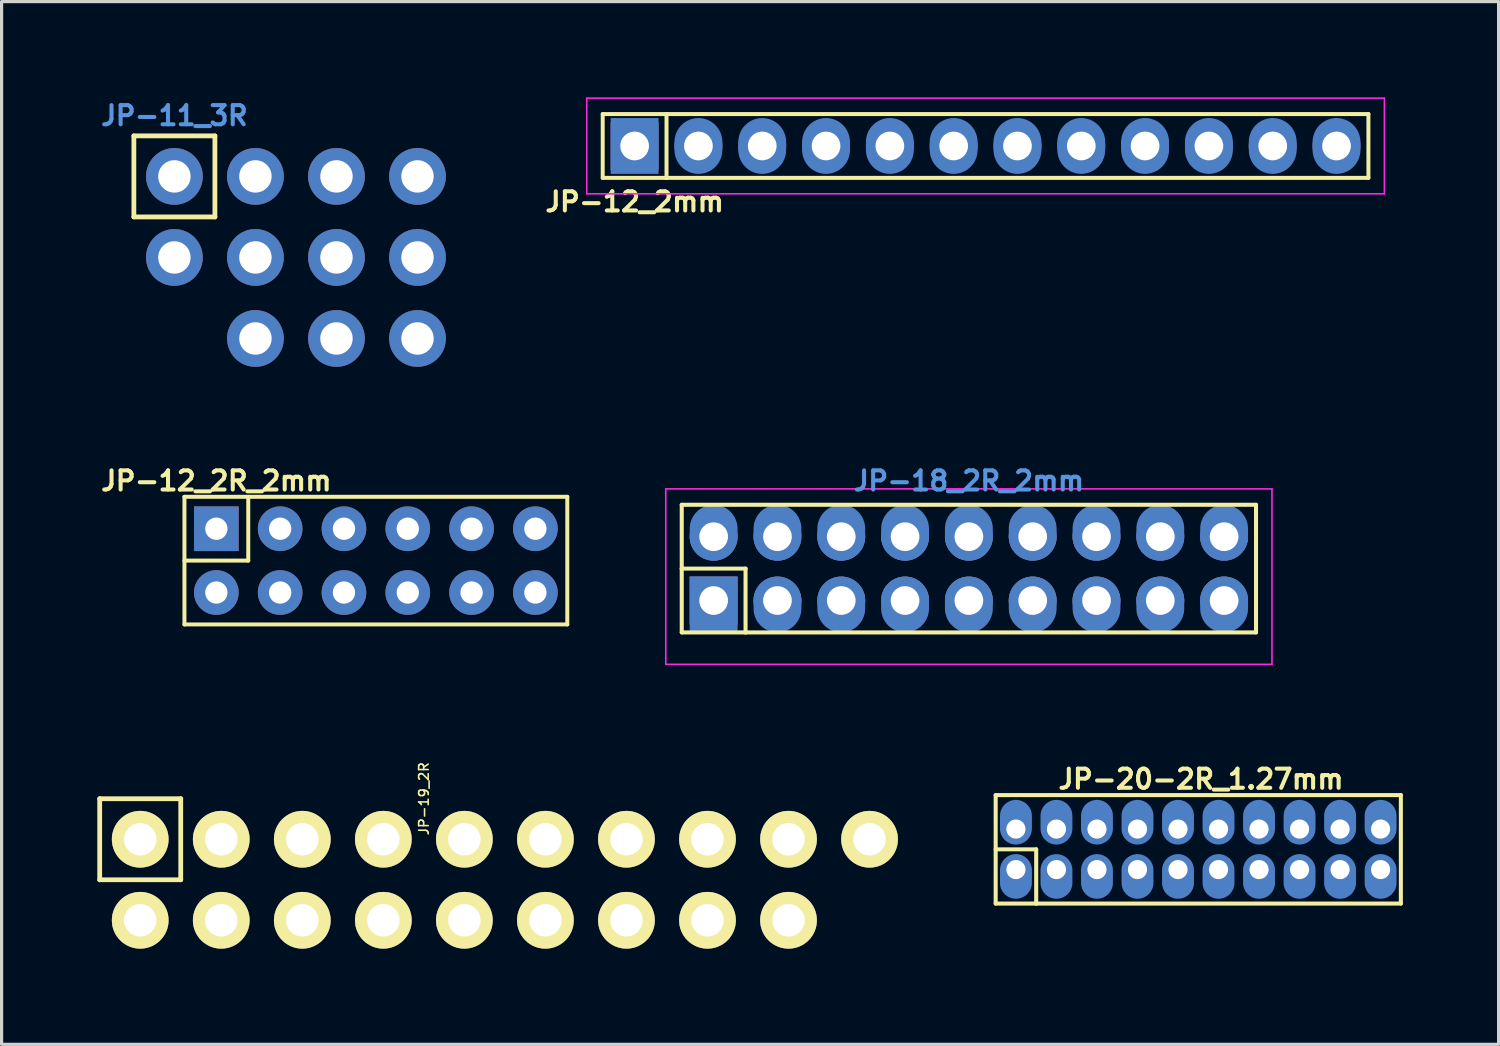
<source format=kicad_pcb>
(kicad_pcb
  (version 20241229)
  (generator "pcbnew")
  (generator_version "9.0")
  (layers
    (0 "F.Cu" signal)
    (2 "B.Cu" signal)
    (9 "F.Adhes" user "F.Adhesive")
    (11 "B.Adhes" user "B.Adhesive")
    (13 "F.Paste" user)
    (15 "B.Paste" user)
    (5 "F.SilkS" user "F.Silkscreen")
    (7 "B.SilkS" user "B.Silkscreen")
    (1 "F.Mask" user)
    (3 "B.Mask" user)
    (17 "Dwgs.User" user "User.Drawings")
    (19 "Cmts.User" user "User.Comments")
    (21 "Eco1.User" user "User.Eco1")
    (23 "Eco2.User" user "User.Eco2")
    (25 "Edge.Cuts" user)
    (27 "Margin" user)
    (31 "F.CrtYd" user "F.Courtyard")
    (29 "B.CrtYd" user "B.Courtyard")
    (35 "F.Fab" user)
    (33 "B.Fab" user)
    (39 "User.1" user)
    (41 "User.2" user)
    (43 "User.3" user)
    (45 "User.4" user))
  (footprint "JP-18_2R_2mm"
    (layer "F.Cu")
    (at 27.318 14.772)
    (property "Reference" "JP-18_2R_2mm" (at 0 -2.75 0) (layer "Cmts.User") (effects (font (size 0.6 0.6) (thickness 0.127))))
    (attr through_hole)
    (fp_line (start -9 -2) (end -9 0) (stroke (width 0.127) (type solid)) (layer "F.SilkS"))
    (fp_line (start -9 0) (end -7 0) (stroke (width 0.127) (type solid)) (layer "F.SilkS"))
    (fp_line (start -9 2) (end -9 0) (stroke (width 0.127) (type solid)) (layer "F.SilkS"))
    (fp_line (start -7 0) (end -7 2) (stroke (width 0.127) (type solid)) (layer "F.SilkS"))
    (fp_line (start -7 2) (end -9 2) (stroke (width 0.127) (type solid)) (layer "F.SilkS"))
    (fp_line (start -7 2) (end 9 2) (stroke (width 0.127) (type solid)) (layer "F.SilkS"))
    (fp_line (start 9 -2) (end -9 -2) (stroke (width 0.127) (type solid)) (layer "F.SilkS"))
    (fp_line (start 9 2) (end 9 -2) (stroke (width 0.127) (type solid)) (layer "F.SilkS"))
    (fp_line (start -9.5 3) (end -9.5 -2.5) (stroke (width 0.05) (type solid)) (layer "F.CrtYd"))
    (fp_line (start 9.5 -2.5) (end -9.5 -2.5) (stroke (width 0.05) (type solid)) (layer "F.CrtYd"))
    (fp_line (start 9.5 -2.5) (end 9.5 3) (stroke (width 0.05) (type solid)) (layer "F.CrtYd"))
    (fp_line (start 9.5 3) (end -9.5 3) (stroke (width 0.05) (type solid)) (layer "F.CrtYd"))
    (pad "1" thru_hole rect (at -8 1) (size 1.5 1.5) (drill 0.9) (layers "*.Cu" "*.Mask"))
    (pad "1" connect rect (at -8 1.125) (size 1.5 1.75) (layers "B.Cu" "B.Mask"))
    (pad "2" connect oval (at -8 -1.125) (size 1.5 1.75) (layers "B.Cu" "B.Mask"))
    (pad "2" thru_hole circle (at -8 -1) (size 1.5 1.5) (drill 0.9) (layers "*.Cu" "*.Mask"))
    (pad "3" thru_hole circle (at -6 1) (size 1.5 1.5) (drill 0.9) (layers "*.Cu" "*.Mask"))
    (pad "3" connect oval (at -6 1.125) (size 1.5 1.75) (layers "B.Cu" "B.Mask"))
    (pad "4" connect oval (at -6 -1.125) (size 1.5 1.75) (layers "B.Cu" "B.Mask"))
    (pad "4" thru_hole circle (at -6 -1) (size 1.5 1.5) (drill 0.9) (layers "*.Cu" "*.Mask"))
    (pad "5" thru_hole circle (at -4 1) (size 1.5 1.5) (drill 0.9) (layers "*.Cu" "*.Mask"))
    (pad "5" connect oval (at -4 1.125) (size 1.5 1.75) (layers "B.Cu" "B.Mask"))
    (pad "6" connect oval (at -4 -1.125) (size 1.5 1.75) (layers "B.Cu" "B.Mask"))
    (pad "6" thru_hole circle (at -4 -1) (size 1.5 1.5) (drill 0.9) (layers "*.Cu" "*.Mask"))
    (pad "7" thru_hole circle (at -2 1) (size 1.5 1.5) (drill 0.9) (layers "*.Cu" "*.Mask"))
    (pad "7" connect oval (at -2 1.125) (size 1.5 1.75) (layers "B.Cu" "B.Mask"))
    (pad "8" connect oval (at -2 -1.125) (size 1.5 1.75) (layers "B.Cu" "B.Mask"))
    (pad "8" thru_hole circle (at -2 -1) (size 1.5 1.5) (drill 0.9) (layers "*.Cu" "*.Mask"))
    (pad "9" thru_hole circle (at 0 1) (size 1.5 1.5) (drill 0.9) (layers "*.Cu" "*.Mask"))
    (pad "9" connect oval (at 0 1.125) (size 1.5 1.75) (layers "B.Cu" "B.Mask"))
    (pad "10" connect oval (at 0 -1.125) (size 1.5 1.75) (layers "B.Cu" "B.Mask"))
    (pad "10" thru_hole circle (at 0 -1) (size 1.5 1.5) (drill 0.9) (layers "*.Cu" "*.Mask"))
    (pad "11" thru_hole circle (at 2 1) (size 1.5 1.5) (drill 0.9) (layers "*.Cu" "*.Mask"))
    (pad "11" connect oval (at 2 1.125) (size 1.5 1.75) (layers "B.Cu" "B.Mask"))
    (pad "12" connect oval (at 2 -1.125) (size 1.5 1.75) (layers "B.Cu" "B.Mask"))
    (pad "12" thru_hole circle (at 2 -1) (size 1.5 1.5) (drill 0.9) (layers "*.Cu" "*.Mask"))
    (pad "13" thru_hole circle (at 4 1) (size 1.5 1.5) (drill 0.9) (layers "*.Cu" "*.Mask"))
    (pad "13" connect oval (at 4 1.125) (size 1.5 1.75) (layers "B.Cu" "B.Mask"))
    (pad "14" connect oval (at 4 -1.125) (size 1.5 1.75) (layers "B.Cu" "B.Mask"))
    (pad "14" thru_hole circle (at 4 -1) (size 1.5 1.5) (drill 0.9) (layers "*.Cu" "*.Mask"))
    (pad "15" thru_hole circle (at 6 1) (size 1.5 1.5) (drill 0.9) (layers "*.Cu" "*.Mask"))
    (pad "15" connect oval (at 6 1.125) (size 1.5 1.75) (layers "B.Cu" "B.Mask"))
    (pad "16" connect oval (at 6 -1.125) (size 1.5 1.75) (layers "B.Cu" "B.Mask"))
    (pad "16" thru_hole circle (at 6 -1) (size 1.5 1.5) (drill 0.9) (layers "*.Cu" "*.Mask"))
    (pad "17" thru_hole circle (at 8 1) (size 1.5 1.5) (drill 0.9) (layers "*.Cu" "*.Mask"))
    (pad "17" connect oval (at 8 1.125) (size 1.5 1.75) (layers "B.Cu" "B.Mask"))
    (pad "18" connect oval (at 8 -1.125) (size 1.5 1.75) (layers "B.Cu" "B.Mask"))
    (pad "18" thru_hole circle (at 8 -1) (size 1.5 1.5) (drill 0.9) (layers "*.Cu" "*.Mask")))
  (footprint "JP-12_2mm"
    (layer "F.Cu")
    (at 27.841 1.525)
    (property "Reference" "JP-12_2mm" (at -11 1.75 0) (layer "F.SilkS") (effects (font (size 0.6 0.6) (thickness 0.127))))
    (attr through_hole)
    (fp_line (start -12 -1) (end -10 -1) (stroke (width 0.125) (type solid)) (layer "F.SilkS"))
    (fp_line (start -12 1) (end -12 -1) (stroke (width 0.125) (type solid)) (layer "F.SilkS"))
    (fp_line (start -10 -1) (end -10 1) (stroke (width 0.125) (type solid)) (layer "F.SilkS"))
    (fp_line (start -10 -1) (end 12 -1) (stroke (width 0.125) (type solid)) (layer "F.SilkS"))
    (fp_line (start -10 1) (end -12 1) (stroke (width 0.125) (type solid)) (layer "F.SilkS"))
    (fp_line (start -10 1) (end 12 1) (stroke (width 0.125) (type solid)) (layer "F.SilkS"))
    (fp_line (start 12 -1) (end 12 1) (stroke (width 0.125) (type solid)) (layer "F.SilkS"))
    (fp_line (start -12.5 1.5) (end -12.5 -1.5) (stroke (width 0.05) (type solid)) (layer "F.CrtYd"))
    (fp_line (start 12.5 -1.5) (end -12.5 -1.5) (stroke (width 0.05) (type solid)) (layer "F.CrtYd"))
    (fp_line (start 12.5 -1.5) (end 12.5 1.5) (stroke (width 0.05) (type solid)) (layer "F.CrtYd"))
    (fp_line (start 12.5 1.5) (end -12.5 1.5) (stroke (width 0.05) (type solid)) (layer "F.CrtYd"))
    (pad "1" thru_hole rect (at -11 0) (size 1.5 1.5) (drill 0.9) (layers "*.Cu" "*.Mask"))
    (pad "1" connect rect (at -11 0) (size 1.5 1.75) (layers "B.Cu" "B.Mask"))
    (pad "2" thru_hole circle (at -9 0) (size 1.5 1.5) (drill 0.9) (layers "*.Cu" "*.Mask"))
    (pad "2" connect oval (at -9 0) (size 1.5 1.75) (layers "B.Cu" "B.Mask"))
    (pad "3" thru_hole circle (at -7 0) (size 1.5 1.5) (drill 0.9) (layers "*.Cu" "*.Mask"))
    (pad "3" connect oval (at -7 0) (size 1.5 1.75) (layers "B.Cu" "B.Mask"))
    (pad "4" thru_hole circle (at -5 0) (size 1.5 1.5) (drill 0.9) (layers "*.Cu" "*.Mask"))
    (pad "4" connect oval (at -5 0) (size 1.5 1.75) (layers "B.Cu" "B.Mask"))
    (pad "5" thru_hole circle (at -3 0) (size 1.5 1.5) (drill 0.9) (layers "*.Cu" "*.Mask"))
    (pad "5" connect oval (at -3 0) (size 1.5 1.75) (layers "B.Cu" "B.Mask"))
    (pad "6" thru_hole circle (at -1 0) (size 1.5 1.5) (drill 0.9) (layers "*.Cu" "*.Mask"))
    (pad "6" connect oval (at -1 0) (size 1.5 1.75) (layers "B.Cu" "B.Mask"))
    (pad "7" thru_hole circle (at 1 0) (size 1.5 1.5) (drill 0.9) (layers "*.Cu" "*.Mask"))
    (pad "7" connect oval (at 1 0) (size 1.5 1.75) (layers "B.Cu" "B.Mask"))
    (pad "8" thru_hole circle (at 3 0) (size 1.5 1.5) (drill 0.9) (layers "*.Cu" "*.Mask"))
    (pad "8" connect oval (at 3 0) (size 1.5 1.75) (layers "B.Cu" "B.Mask"))
    (pad "9" thru_hole circle (at 5 0) (size 1.5 1.5) (drill 0.9) (layers "*.Cu" "*.Mask"))
    (pad "9" connect oval (at 5 0) (size 1.5 1.75) (layers "B.Cu" "B.Mask"))
    (pad "10" thru_hole circle (at 7 0) (size 1.5 1.5) (drill 0.9) (layers "*.Cu" "*.Mask"))
    (pad "10" connect oval (at 7 0) (size 1.5 1.75) (layers "B.Cu" "B.Mask"))
    (pad "11" thru_hole circle (at 9 0) (size 1.5 1.5) (drill 0.9) (layers "*.Cu" "*.Mask"))
    (pad "11" connect oval (at 9 0) (size 1.5 1.75) (layers "B.Cu" "B.Mask"))
    (pad "12" thru_hole circle (at 11 0) (size 1.5 1.5) (drill 0.9) (layers "*.Cu" "*.Mask"))
    (pad "12" connect oval (at 11 0) (size 1.5 1.75) (layers "B.Cu" "B.Mask")))
  (footprint "JP-12_2R_2mm"
    (layer "F.Cu")
    (at 8.731 14.522)
    (property "Reference" "JP-12_2R_2mm" (at -5 -2.5 0) (layer "F.SilkS") (effects (font (size 0.6 0.6) (thickness 0.127))))
    (attr through_hole)
    (fp_line (start -6 -2) (end -6 2) (stroke (width 0.125) (type solid)) (layer "F.SilkS"))
    (fp_line (start -6 2) (end 6 2) (stroke (width 0.125) (type solid)) (layer "F.SilkS"))
    (fp_line (start -4 -2) (end -4 0) (stroke (width 0.125) (type solid)) (layer "F.SilkS"))
    (fp_line (start -4 0) (end -6 0) (stroke (width 0.125) (type solid)) (layer "F.SilkS"))
    (fp_line (start 6 -2) (end -6 -2) (stroke (width 0.125) (type solid)) (layer "F.SilkS"))
    (fp_line (start 6 2) (end 6 -2) (stroke (width 0.125) (type solid)) (layer "F.SilkS"))
    (pad "1" thru_hole rect (at -5 -1) (size 1.4 1.4) (drill 0.7) (layers "*.Cu" "*.Mask"))
    (pad "2" thru_hole circle (at -5 1) (size 1.4 1.4) (drill 0.7) (layers "*.Cu" "*.Mask"))
    (pad "3" thru_hole circle (at -3 -1) (size 1.4 1.4) (drill 0.7) (layers "*.Cu" "*.Mask"))
    (pad "4" thru_hole circle (at -3 1) (size 1.4 1.4) (drill 0.7) (layers "*.Cu" "*.Mask"))
    (pad "5" thru_hole circle (at -1 -1) (size 1.4 1.4) (drill 0.7) (layers "*.Cu" "*.Mask"))
    (pad "6" thru_hole circle (at -1 1) (size 1.4 1.4) (drill 0.7) (layers "*.Cu" "*.Mask"))
    (pad "7" thru_hole circle (at 1 -1) (size 1.4 1.4) (drill 0.7) (layers "*.Cu" "*.Mask"))
    (pad "8" thru_hole circle (at 1 1) (size 1.4 1.4) (drill 0.7) (layers "*.Cu" "*.Mask"))
    (pad "9" thru_hole circle (at 3 -1) (size 1.4 1.4) (drill 0.7) (layers "*.Cu" "*.Mask"))
    (pad "10" thru_hole circle (at 3 1) (size 1.4 1.4) (drill 0.7) (layers "*.Cu" "*.Mask"))
    (pad "11" thru_hole circle (at 5 -1) (size 1.4 1.4) (drill 0.7) (layers "*.Cu" "*.Mask"))
    (pad "12" thru_hole circle (at 5 1) (size 1.4 1.4) (drill 0.7) (layers "*.Cu" "*.Mask")))
  (footprint "JP-20-2R_1.27mm"
    (layer "F.Cu")
    (at 34.508 23.571)
    (property "Reference" "JP-20-2R_1.27mm" (at 0.085 -2.2 0) (layer "F.SilkS") (effects (font (size 0.6 0.6) (thickness 0.127))))
    (attr through_hole)
    (fp_line (start -6.35 -1.7) (end 6.35 -1.7) (stroke (width 0.127) (type solid)) (layer "F.SilkS"))
    (fp_line (start -6.35 0) (end -5.08 0) (stroke (width 0.127) (type solid)) (layer "F.SilkS"))
    (fp_line (start -6.35 1.7) (end -6.35 -1.7) (stroke (width 0.127) (type solid)) (layer "F.SilkS"))
    (fp_line (start -5.08 0) (end -5.08 1.7) (stroke (width 0.127) (type solid)) (layer "F.SilkS"))
    (fp_line (start -5.08 1.7) (end -6.35 1.7) (stroke (width 0.127) (type solid)) (layer "F.SilkS"))
    (fp_line (start 6.35 1.7) (end -5.08 1.7) (stroke (width 0.127) (type solid)) (layer "F.SilkS"))
    (fp_line (start 6.35 1.7) (end 6.35 -1.7) (stroke (width 0.127) (type solid)) (layer "F.SilkS"))
    (pad "1" thru_hole circle (at -5.715 0.635 45) (size 0.82 0.82) (drill 0.6) (layers "*.Cu" "*.Mask"))
    (pad "1" connect oval (at -5.715 0.85) (size 1 1.4) (layers "B.Cu" "B.Mask"))
    (pad "2" connect oval (at -5.715 -0.85) (size 1 1.4) (layers "B.Cu" "B.Mask"))
    (pad "2" thru_hole circle (at -5.715 -0.635 45) (size 0.82 0.82) (drill 0.6) (layers "*.Cu" "*.Mask"))
    (pad "3" thru_hole circle (at -4.445 0.635 45) (size 0.82 0.82) (drill 0.6) (layers "*.Cu" "*.Mask"))
    (pad "3" connect oval (at -4.445 0.85) (size 1 1.4) (layers "B.Cu" "B.Mask"))
    (pad "4" connect oval (at -4.445 -0.85) (size 1 1.4) (layers "B.Cu" "B.Mask"))
    (pad "4" thru_hole circle (at -4.445 -0.635 45) (size 0.82 0.82) (drill 0.6) (layers "*.Cu" "*.Mask"))
    (pad "5" thru_hole circle (at -3.175 0.635 45) (size 0.82 0.82) (drill 0.6) (layers "*.Cu" "*.Mask"))
    (pad "5" connect oval (at -3.175 0.85) (size 1 1.4) (layers "B.Cu" "B.Mask"))
    (pad "6" connect oval (at -3.175 -0.85) (size 1 1.4) (layers "B.Cu" "B.Mask"))
    (pad "6" thru_hole circle (at -3.175 -0.635 45) (size 0.82 0.82) (drill 0.6) (layers "*.Cu" "*.Mask"))
    (pad "7" thru_hole circle (at -1.905 0.635 45) (size 0.82 0.82) (drill 0.6) (layers "*.Cu" "*.Mask"))
    (pad "7" connect oval (at -1.905 0.85) (size 1 1.4) (layers "B.Cu" "B.Mask"))
    (pad "8" connect oval (at -1.905 -0.85) (size 1 1.4) (layers "B.Cu" "B.Mask"))
    (pad "8" thru_hole circle (at -1.905 -0.635 45) (size 0.82 0.82) (drill 0.6) (layers "*.Cu" "*.Mask"))
    (pad "9" thru_hole circle (at -0.635 0.635 45) (size 0.82 0.82) (drill 0.6) (layers "*.Cu" "*.Mask"))
    (pad "9" connect oval (at -0.635 0.85) (size 1 1.4) (layers "B.Cu" "B.Mask"))
    (pad "10" connect oval (at -0.635 -0.85) (size 1 1.4) (layers "B.Cu" "B.Mask"))
    (pad "10" thru_hole circle (at -0.635 -0.635 45) (size 0.82 0.82) (drill 0.6) (layers "*.Cu" "*.Mask"))
    (pad "11" thru_hole circle (at 0.635 0.635 45) (size 0.82 0.82) (drill 0.6) (layers "*.Cu" "*.Mask"))
    (pad "11" connect oval (at 0.635 0.85) (size 1 1.4) (layers "B.Cu" "B.Mask"))
    (pad "12" connect oval (at 0.635 -0.85) (size 1 1.4) (layers "B.Cu" "B.Mask"))
    (pad "12" thru_hole circle (at 0.635 -0.635 45) (size 0.82 0.82) (drill 0.6) (layers "*.Cu" "*.Mask"))
    (pad "13" thru_hole circle (at 1.905 0.635 45) (size 0.82 0.82) (drill 0.6) (layers "*.Cu" "*.Mask"))
    (pad "13" connect oval (at 1.905 0.85) (size 1 1.4) (layers "B.Cu" "B.Mask"))
    (pad "14" connect oval (at 1.905 -0.85) (size 1 1.4) (layers "B.Cu" "B.Mask"))
    (pad "14" thru_hole circle (at 1.905 -0.635 45) (size 0.82 0.82) (drill 0.6) (layers "*.Cu" "*.Mask"))
    (pad "15" thru_hole circle (at 3.175 0.635 45) (size 0.82 0.82) (drill 0.6) (layers "*.Cu" "*.Mask"))
    (pad "15" connect oval (at 3.175 0.85) (size 1 1.4) (layers "B.Cu" "B.Mask"))
    (pad "16" connect oval (at 3.175 -0.85) (size 1 1.4) (layers "B.Cu" "B.Mask"))
    (pad "16" thru_hole circle (at 3.175 -0.635 45) (size 0.82 0.82) (drill 0.6) (layers "*.Cu" "*.Mask"))
    (pad "17" thru_hole circle (at 4.445 0.635 45) (size 0.82 0.82) (drill 0.6) (layers "*.Cu" "*.Mask"))
    (pad "17" connect oval (at 4.445 0.85) (size 1 1.4) (layers "B.Cu" "B.Mask"))
    (pad "18" connect oval (at 4.445 -0.85) (size 1 1.4) (layers "B.Cu" "B.Mask"))
    (pad "18" thru_hole circle (at 4.445 -0.635 45) (size 0.82 0.82) (drill 0.6) (layers "*.Cu" "*.Mask"))
    (pad "19" thru_hole circle (at 5.715 0.635 45) (size 0.82 0.82) (drill 0.6) (layers "*.Cu" "*.Mask"))
    (pad "19" connect oval (at 5.715 0.85) (size 1 1.4) (layers "B.Cu" "B.Mask"))
    (pad "20" connect oval (at 5.715 -0.85) (size 1 1.4) (layers "B.Cu" "B.Mask"))
    (pad "20" thru_hole circle (at 5.715 -0.635 45) (size 0.82 0.82) (drill 0.6) (layers "*.Cu" "*.Mask")))
  (footprint "JP-19_2R"
    (layer "F.Cu")
    (at 12.775 24.525)
    (property "Reference" "JP-19_2R" (at -2.54 -2.54 90) (layer "F.SilkS") (effects (font (size 0.3 0.3) (thickness 0.05))))
    (attr exclude_from_pos_files exclude_from_bom)
    (fp_line (start -12.7 -2.54) (end -10.16 -2.54) (stroke (width 0.15) (type solid)) (layer "F.SilkS"))
    (fp_line (start -12.7 0) (end -12.7 -2.54) (stroke (width 0.15) (type solid)) (layer "F.SilkS"))
    (fp_line (start -10.16 -2.54) (end -10.16 0) (stroke (width 0.15) (type solid)) (layer "F.SilkS"))
    (fp_line (start -10.16 0) (end -12.7 0) (stroke (width 0.15) (type solid)) (layer "F.SilkS"))
    (pad "1" thru_hole circle (at -11.43 -1.27) (size 1.778 1.778) (drill 1.016) (layers "*.Cu" "*.Mask" "F.SilkS"))
    (pad "2" thru_hole circle (at -11.43 1.27) (size 1.778 1.778) (drill 1.016) (layers "*.Cu" "*.Mask" "F.SilkS"))
    (pad "3" thru_hole circle (at -8.89 -1.27) (size 1.778 1.778) (drill 1.016) (layers "*.Cu" "*.Mask" "F.SilkS"))
    (pad "4" thru_hole circle (at -8.89 1.27) (size 1.778 1.778) (drill 1.016) (layers "*.Cu" "*.Mask" "F.SilkS"))
    (pad "5" thru_hole circle (at -6.35 -1.27) (size 1.778 1.778) (drill 1.016) (layers "*.Cu" "*.Mask" "F.SilkS"))
    (pad "6" thru_hole circle (at -6.35 1.27) (size 1.778 1.778) (drill 1.016) (layers "*.Cu" "*.Mask" "F.SilkS"))
    (pad "7" thru_hole circle (at -3.81 -1.27) (size 1.778 1.778) (drill 1.016) (layers "*.Cu" "*.Mask" "F.SilkS"))
    (pad "8" thru_hole circle (at -3.81 1.27) (size 1.778 1.778) (drill 1.016) (layers "*.Cu" "*.Mask" "F.SilkS"))
    (pad "9" thru_hole circle (at -1.27 -1.27) (size 1.778 1.778) (drill 1.016) (layers "*.Cu" "*.Mask" "F.SilkS"))
    (pad "10" thru_hole circle (at -1.27 1.27) (size 1.778 1.778) (drill 1.016) (layers "*.Cu" "*.Mask" "F.SilkS"))
    (pad "11" thru_hole circle (at 1.27 -1.27) (size 1.778 1.778) (drill 1.016) (layers "*.Cu" "*.Mask" "F.SilkS"))
    (pad "12" thru_hole circle (at 1.27 1.27) (size 1.778 1.778) (drill 1.016) (layers "*.Cu" "*.Mask" "F.SilkS"))
    (pad "13" thru_hole circle (at 3.81 -1.27) (size 1.778 1.778) (drill 1.016) (layers "*.Cu" "*.Mask" "F.SilkS"))
    (pad "14" thru_hole circle (at 3.81 1.27) (size 1.778 1.778) (drill 1.016) (layers "*.Cu" "*.Mask" "F.SilkS"))
    (pad "15" thru_hole circle (at 6.35 -1.27) (size 1.778 1.778) (drill 1.016) (layers "*.Cu" "*.Mask" "F.SilkS"))
    (pad "16" thru_hole circle (at 6.35 1.27) (size 1.778 1.778) (drill 1.016) (layers "*.Cu" "*.Mask" "F.SilkS"))
    (pad "17" thru_hole circle (at 8.89 -1.27) (size 1.778 1.778) (drill 1.016) (layers "*.Cu" "*.Mask" "F.SilkS"))
    (pad "18" thru_hole circle (at 8.89 1.27) (size 1.778 1.778) (drill 1.016) (layers "*.Cu" "*.Mask" "F.SilkS"))
    (pad "19" thru_hole circle (at 11.43 -1.27) (size 1.778 1.778) (drill 1.016) (layers "*.Cu" "*.Mask" "F.SilkS")))
  (footprint "JP-11_3R"
    (layer "F.Cu")
    (at 6.226 5.019)
    (property "Reference" "JP-11_3R" (at -3.81 -4.445 180) (layer "Cmts.User") (effects (font (size 0.6 0.6) (thickness 0.127))))
    (attr through_hole)
    (fp_line (start -5.08 -3.81) (end -2.54 -3.81) (stroke (width 0.15) (type solid)) (layer "F.SilkS"))
    (fp_line (start -5.08 -1.27) (end -5.08 -3.81) (stroke (width 0.15) (type solid)) (layer "F.SilkS"))
    (fp_line (start -2.54 -3.81) (end -2.54 -1.27) (stroke (width 0.15) (type solid)) (layer "F.SilkS"))
    (fp_line (start -2.54 -1.27) (end -5.08 -1.27) (stroke (width 0.15) (type solid)) (layer "F.SilkS"))
    (pad "1" thru_hole circle (at -3.81 -2.54) (size 1.778 1.778) (drill 1.016) (layers "*.Cu" "*.Mask"))
    (pad "2" thru_hole circle (at -3.81 0) (size 1.778 1.778) (drill 1.016) (layers "*.Cu" "*.Mask"))
    (pad "3" thru_hole circle (at -1.27 -2.54) (size 1.778 1.778) (drill 1.016) (layers "*.Cu" "*.Mask"))
    (pad "4" thru_hole circle (at -1.27 0) (size 1.778 1.778) (drill 1.016) (layers "*.Cu" "*.Mask"))
    (pad "5" thru_hole circle (at -1.27 2.54) (size 1.778 1.778) (drill 1.016) (layers "*.Cu" "*.Mask"))
    (pad "6" thru_hole circle (at 1.27 -2.54) (size 1.778 1.778) (drill 1.016) (layers "*.Cu" "*.Mask"))
    (pad "7" thru_hole circle (at 1.27 0) (size 1.778 1.778) (drill 1.016) (layers "*.Cu" "*.Mask"))
    (pad "8" thru_hole circle (at 1.27 2.54) (size 1.778 1.778) (drill 1.016) (layers "*.Cu" "*.Mask"))
    (pad "9" thru_hole circle (at 3.81 -2.54) (size 1.778 1.778) (drill 1.016) (layers "*.Cu" "*.Mask"))
    (pad "10" thru_hole circle (at 3.81 0) (size 1.778 1.778) (drill 1.016) (layers "*.Cu" "*.Mask"))
    (pad "11" thru_hole circle (at 3.81 2.54) (size 1.778 1.778) (drill 1.016) (layers "*.Cu" "*.Mask")))
  (gr_rect
    (start -3 -3)
    (end 43.921 29.684)
    (stroke (width 0.1) (type default))
    (fill no)
    (layer "Edge.Cuts")))
</source>
